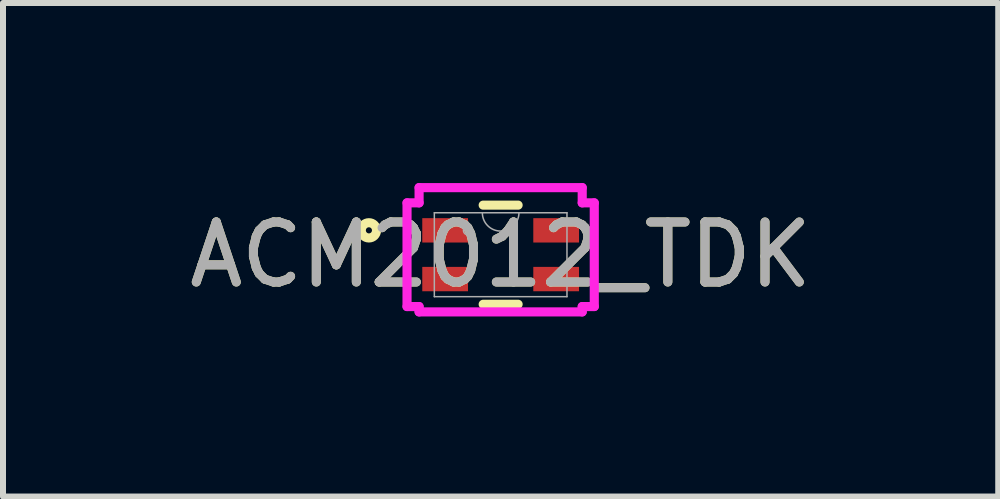
<source format=kicad_pcb>
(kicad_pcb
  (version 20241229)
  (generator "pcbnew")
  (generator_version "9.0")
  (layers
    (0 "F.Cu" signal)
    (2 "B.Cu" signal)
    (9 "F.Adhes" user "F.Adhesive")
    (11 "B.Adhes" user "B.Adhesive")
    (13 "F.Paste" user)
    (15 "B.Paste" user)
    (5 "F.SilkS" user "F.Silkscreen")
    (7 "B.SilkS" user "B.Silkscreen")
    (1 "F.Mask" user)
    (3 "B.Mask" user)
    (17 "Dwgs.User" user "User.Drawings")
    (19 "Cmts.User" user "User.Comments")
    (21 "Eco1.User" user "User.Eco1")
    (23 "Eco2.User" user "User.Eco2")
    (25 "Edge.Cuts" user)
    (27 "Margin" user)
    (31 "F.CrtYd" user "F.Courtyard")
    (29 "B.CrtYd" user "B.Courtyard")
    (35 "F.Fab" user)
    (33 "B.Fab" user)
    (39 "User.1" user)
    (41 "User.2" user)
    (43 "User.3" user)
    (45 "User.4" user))
  (footprint "ACM2012_TDK"
    (layer "F.Cu")
    (at 5.292 1.194)
    (property "Reference" "ACM2012_TDK" (at 0 0 0) (unlocked yes) (layer "F.SilkS") (effects (font (size 1 1) (thickness 0.15))))
    (attr smd)
    (fp_line (start -0.291 0.826) (end 0.291 0.826) (stroke (width 0.152) (type solid)) (layer "F.SilkS"))
    (fp_line (start 0.291 -0.826) (end -0.291 -0.826) (stroke (width 0.152) (type solid)) (layer "F.SilkS"))
    (fp_circle (center -2.195 -0.406) (end -2.068 -0.406) (stroke (width 0.152) (type solid)) (fill no) (layer "F.SilkS"))
    (fp_line (start -1.56 -0.864) (end -1.359 -0.864) (stroke (width 0.152) (type solid)) (layer "F.CrtYd"))
    (fp_line (start -1.56 0.864) (end -1.56 -0.864) (stroke (width 0.152) (type solid)) (layer "F.CrtYd"))
    (fp_line (start -1.56 0.864) (end -1.359 0.864) (stroke (width 0.152) (type solid)) (layer "F.CrtYd"))
    (fp_line (start -1.359 -1.118) (end 1.359 -1.118) (stroke (width 0.152) (type solid)) (layer "F.CrtYd"))
    (fp_line (start -1.359 -0.864) (end -1.359 -1.118) (stroke (width 0.152) (type solid)) (layer "F.CrtYd"))
    (fp_line (start -1.359 0.953) (end -1.359 0.864) (stroke (width 0.152) (type solid)) (layer "F.CrtYd"))
    (fp_line (start 1.359 -1.118) (end 1.359 -0.864) (stroke (width 0.152) (type solid)) (layer "F.CrtYd"))
    (fp_line (start 1.359 0.864) (end 1.359 0.953) (stroke (width 0.152) (type solid)) (layer "F.CrtYd"))
    (fp_line (start 1.359 0.953) (end -1.359 0.953) (stroke (width 0.152) (type solid)) (layer "F.CrtYd"))
    (fp_line (start 1.56 -0.864) (end 1.359 -0.864) (stroke (width 0.152) (type solid)) (layer "F.CrtYd"))
    (fp_line (start 1.56 -0.864) (end 1.56 0.864) (stroke (width 0.152) (type solid)) (layer "F.CrtYd"))
    (fp_line (start 1.56 0.864) (end 1.359 0.864) (stroke (width 0.152) (type solid)) (layer "F.CrtYd"))
    (fp_line (start -1.105 -0.699) (end -1.105 0.699) (stroke (width 0.025) (type solid)) (layer "F.Fab"))
    (fp_line (start -1.105 0.699) (end 1.105 0.699) (stroke (width 0.025) (type solid)) (layer "F.Fab"))
    (fp_line (start 1.105 -0.699) (end -1.105 -0.699) (stroke (width 0.025) (type solid)) (layer "F.Fab"))
    (fp_line (start 1.105 0.699) (end 1.105 -0.699) (stroke (width 0.025) (type solid)) (layer "F.Fab"))
    (fp_arc (start 0.3048 -0.6985) (mid 0 -0.3937) (end -0.3048 -0.6985) (stroke (width 0.0254) (type solid)) (layer "F.Fab"))
    (fp_circle (center -0.544 -0.406) (end -0.468 -0.406) (stroke (width 0.025) (type solid)) (fill no) (layer "F.Fab"))
    (fp_text user "${REFERENCE}" (at 0 0 0) (unlocked yes) (layer "F.Fab") (effects (font (size 1 1) (thickness 0.15))))
    (pad "1" smd rect (at -0.925 -0.406) (size 0.762 0.406) (layers "F.Cu" "F.Mask" "F.Paste"))
    (pad "2" smd rect (at -0.925 0.406) (size 0.762 0.406) (layers "F.Cu" "F.Mask" "F.Paste"))
    (pad "3" smd rect (at 0.925 0.406) (size 0.762 0.406) (layers "F.Cu" "F.Mask" "F.Paste"))
    (pad "4" smd rect (at 0.925 -0.406) (size 0.762 0.406) (layers "F.Cu" "F.Mask" "F.Paste")))
  (gr_rect
    (start -3 -3)
    (end 13.583 5.223)
    (stroke (width 0.1) (type default))
    (fill no)
    (layer "Edge.Cuts")))
</source>
